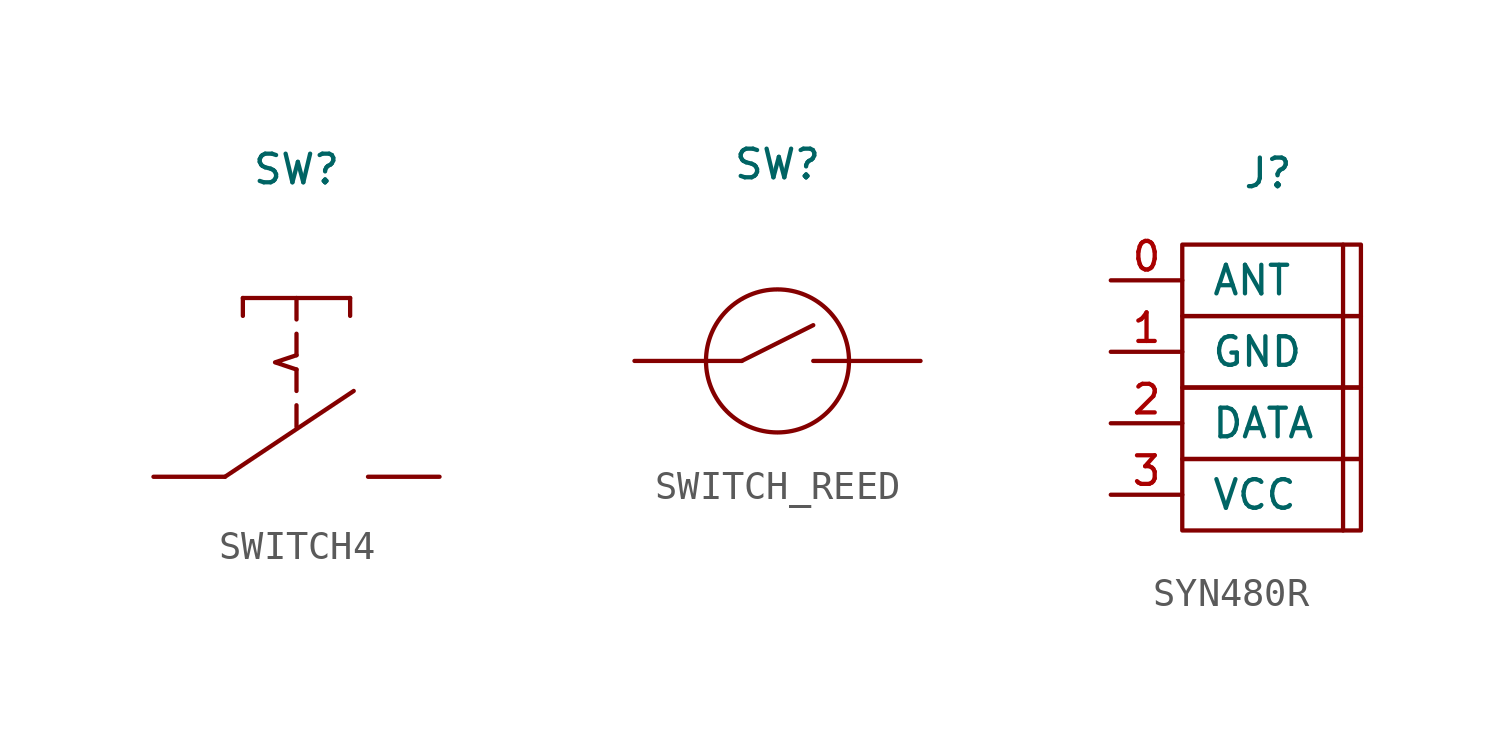
<source format=kicad_sym>
(kicad_symbol_lib
  (version 20241209)
  (generator "kicad_symbol_editor")
  (generator_version "9.0")
  (symbol "SWITCH4"
    (pin_numbers
      (hide yes))
    (pin_names
      (offset 0)
      (hide yes))
    (property "Reference" "SW"
      (at 0 10.922 0)
      (effects (font (size 1.016 1.016))))
    (symbol "SWITCH4_0_1"
      (polyline (pts (xy -2.54 0) (xy 2.032 3.048)) (stroke (width 0) (type default)) (fill (type none)))
      (polyline (pts (xy -1.905 6.35) (xy -1.905 5.715)) (stroke (width 0) (type default)) (fill (type none)))
      (polyline (pts (xy -1.905 6.35) (xy 1.905 6.35)) (stroke (width 0) (type default)) (fill (type none)))
      (polyline (pts (xy 0 5.588) (xy 0 6.35)) (stroke (width 0) (type default)) (fill (type none)))
      (polyline (pts (xy 0 4.318) (xy 0 5.08)) (stroke (width 0) (type default)) (fill (type none)))
      (polyline (pts (xy 0 3.81) (xy -0.762 4.064) (xy 0 4.318)) (stroke (width 0) (type default)) (fill (type none)))
      (polyline (pts (xy 0 3.048) (xy 0 3.81)) (stroke (width 0) (type default)) (fill (type none)))
      (polyline (pts (xy 0 1.778) (xy 0 2.54)) (stroke (width 0) (type default)) (fill (type none)))
      (polyline (pts (xy 1.905 6.35) (xy 1.905 5.715)) (stroke (width 0) (type default)) (fill (type none))))
    (symbol "SWITCH4_1_1"
      (pin passive line (at -5.08 0 0) (length 2.54) (name "~" (effects (font (size 1.016 1.016)))) (number "1" (effects (font (size 1.016 1.016)))))
      (pin passive line (at 5.08 0 180) (length 2.54) (name "~" (effects (font (size 1.016 1.016)))) (number "2" (effects (font (size 1.016 1.016)))))))
  (symbol "SWITCH_REED"
    (pin_numbers
      (hide yes))
    (pin_names
      (offset 0)
      (hide yes))
    (property "Reference" "SW"
      (at 0 6.985 0)
      (effects (font (size 1.016 1.016))))
    (symbol "SWITCH_REED_0_1"
      (polyline (pts (xy -2.54 0) (xy -1.27 0)) (stroke (width 0) (type default)) (fill (type none)))
      (polyline (pts (xy -1.27 0) (xy 1.27 1.27)) (stroke (width 0) (type default)) (fill (type none)))
      (circle (center 0 0) (radius 2.54) (stroke (width 0) (type default)) (fill (type none)))
      (polyline (pts (xy 1.27 0) (xy 2.54 0)) (stroke (width 0) (type default)) (fill (type none))))
    (symbol "SWITCH_REED_1_1"
      (pin passive line (at -5.08 0 0) (length 2.54) (name "~" (effects (font (size 1.016 1.016)))) (number "1" (effects (font (size 1.016 1.016)))))
      (pin passive line (at 5.08 0 180) (length 2.54) (name "~" (effects (font (size 1.016 1.016)))) (number "2" (effects (font (size 1.016 1.016)))))))
  (symbol "SYN480R"
    (pin_names
      (offset 1.016))
    (property "Reference" "J"
      (at 0.508 3.81 0)
      (effects (font (size 1.016 1.016))))
    (symbol "SYN480R_0_1"
      (rectangle (start -2.54 1.27) (end 3.81 -1.27) (stroke (width 0) (type default)) (fill (type none)))
      (rectangle (start -2.54 -1.27) (end 3.81 -3.81) (stroke (width 0) (type default)) (fill (type none)))
      (rectangle (start -2.54 -3.81) (end 3.81 -6.35) (stroke (width 0) (type default)) (fill (type none)))
      (rectangle (start -2.54 -6.35) (end 3.81 -8.89) (stroke (width 0) (type default)) (fill (type none)))
      (polyline (pts (xy 3.175 1.27) (xy 3.175 -8.89)) (stroke (width 0) (type default)) (fill (type none))))
    (symbol "SYN480R_1_1"
      (pin input line (at -5.08 0 0) (length 2.54) (name "ANT" (effects (font (size 1.016 1.016)))) (number "0" (effects (font (size 1.016 1.016)))))
      (pin power_in line (at -5.08 -2.54 0) (length 2.54) (name "GND" (effects (font (size 1.016 1.016)))) (number "1" (effects (font (size 1.016 1.016)))))
      (pin output line (at -5.08 -5.08 0) (length 2.54) (name "DATA" (effects (font (size 1.016 1.016)))) (number "2" (effects (font (size 1.016 1.016)))))
      (pin power_in line (at -5.08 -7.62 0) (length 2.54) (name "VCC" (effects (font (size 1.016 1.016)))) (number "3" (effects (font (size 1.016 1.016))))))))
</source>
